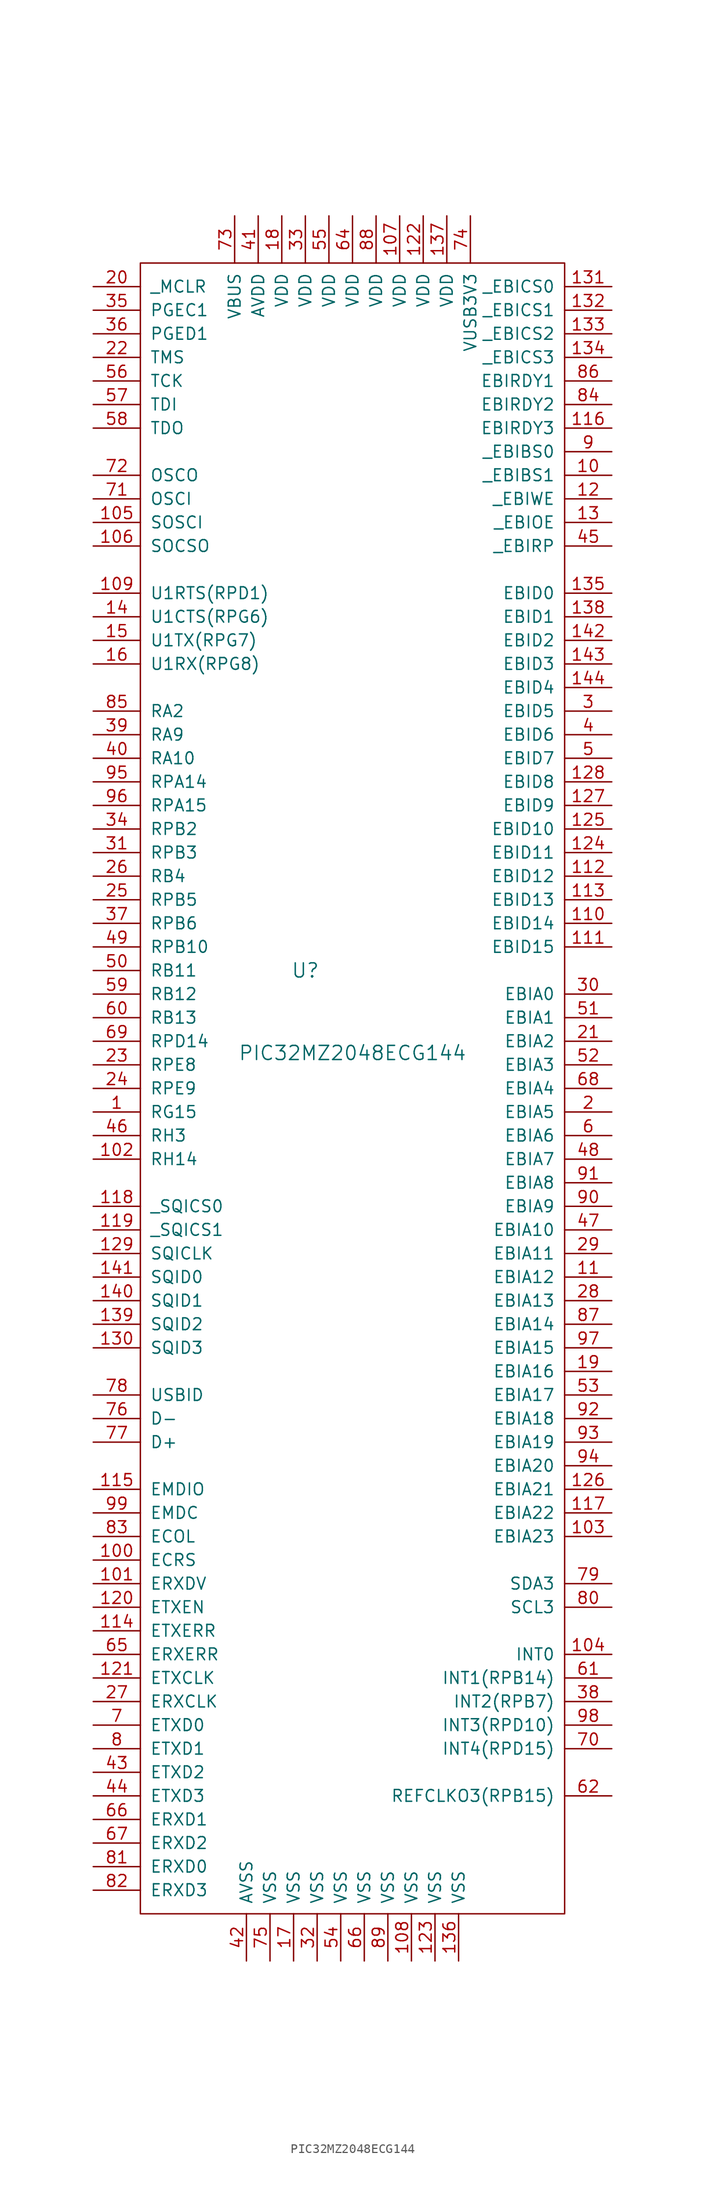
<source format=kicad_sym>
(kicad_symbol_lib
  (version 20211014)
  (generator kicad_symbol_editor)
  (symbol "PIC32MZ2048ECG144"
    (pin_names
      (offset 1.016))
    (property "Reference" "U"
      (at -5.08 5.08 0)
      (effects (font (size 1.524 1.524))))
    (property "Value" "PIC32MZ2048ECG144"
      (at 0 -3.81 0)
      (effects (font (size 1.524 1.524))))
    (property "Footprint" ""
      (at 26.67 -48.26 0)
      (effects (font (size 1.524 1.524))))
    (property "Datasheet" ""
      (at 26.67 -48.26 0)
      (effects (font (size 1.524 1.524))))
    (symbol "PIC32MZ2048ECG144_0_1"
      (rectangle (start -22.86 -96.52) (end 22.86 81.28) (stroke (width 0) (type default) (color 0 0 0 0)) (fill (type none))))
    (symbol "PIC32MZ2048ECG144_1_1"
      (pin tri_state line (at -27.94 -10.16 0) (length 5.08) (name "RG15" (effects (font (size 1.27 1.27)))) (number "1" (effects (font (size 1.27 1.27)))))
      (pin tri_state line (at 27.94 58.42 180) (length 5.08) (name "_EBIBS1" (effects (font (size 1.27 1.27)))) (number "10" (effects (font (size 1.27 1.27)))))
      (pin tri_state line (at -27.94 -58.42 0) (length 5.08) (name "ECRS" (effects (font (size 1.27 1.27)))) (number "100" (effects (font (size 1.27 1.27)))))
      (pin tri_state line (at -27.94 -60.96 0) (length 5.08) (name "ERXDV" (effects (font (size 1.27 1.27)))) (number "101" (effects (font (size 1.27 1.27)))))
      (pin tri_state line (at -27.94 -15.24 0) (length 5.08) (name "RH14" (effects (font (size 1.27 1.27)))) (number "102" (effects (font (size 1.27 1.27)))))
      (pin tri_state line (at 27.94 -55.88 180) (length 5.08) (name "EBIA23" (effects (font (size 1.27 1.27)))) (number "103" (effects (font (size 1.27 1.27)))))
      (pin tri_state line (at 27.94 -68.58 180) (length 5.08) (name "INT0" (effects (font (size 1.27 1.27)))) (number "104" (effects (font (size 1.27 1.27)))))
      (pin tri_state line (at -27.94 53.34 0) (length 5.08) (name "SOSCI" (effects (font (size 1.27 1.27)))) (number "105" (effects (font (size 1.27 1.27)))))
      (pin tri_state line (at -27.94 50.8 0) (length 5.08) (name "SOCSO" (effects (font (size 1.27 1.27)))) (number "106" (effects (font (size 1.27 1.27)))))
      (pin power_in line (at 5.08 86.36 270) (length 5.08) (name "VDD" (effects (font (size 1.27 1.27)))) (number "107" (effects (font (size 1.27 1.27)))))
      (pin power_in line (at 6.35 -101.6 90) (length 5.08) (name "VSS" (effects (font (size 1.27 1.27)))) (number "108" (effects (font (size 1.27 1.27)))))
      (pin tri_state line (at -27.94 45.72 0) (length 5.08) (name "U1RTS(RPD1)" (effects (font (size 1.27 1.27)))) (number "109" (effects (font (size 1.27 1.27)))))
      (pin tri_state line (at 27.94 -27.94 180) (length 5.08) (name "EBIA12" (effects (font (size 1.27 1.27)))) (number "11" (effects (font (size 1.27 1.27)))))
      (pin tri_state line (at 27.94 10.16 180) (length 5.08) (name "EBID14" (effects (font (size 1.27 1.27)))) (number "110" (effects (font (size 1.27 1.27)))))
      (pin tri_state line (at 27.94 7.62 180) (length 5.08) (name "EBID15" (effects (font (size 1.27 1.27)))) (number "111" (effects (font (size 1.27 1.27)))))
      (pin tri_state line (at 27.94 15.24 180) (length 5.08) (name "EBID12" (effects (font (size 1.27 1.27)))) (number "112" (effects (font (size 1.27 1.27)))))
      (pin tri_state line (at 27.94 12.7 180) (length 5.08) (name "EBID13" (effects (font (size 1.27 1.27)))) (number "113" (effects (font (size 1.27 1.27)))))
      (pin tri_state line (at -27.94 -66.04 0) (length 5.08) (name "ETXERR" (effects (font (size 1.27 1.27)))) (number "114" (effects (font (size 1.27 1.27)))))
      (pin tri_state line (at -27.94 -50.8 0) (length 5.08) (name "EMDIO" (effects (font (size 1.27 1.27)))) (number "115" (effects (font (size 1.27 1.27)))))
      (pin tri_state line (at 27.94 63.5 180) (length 5.08) (name "EBIRDY3" (effects (font (size 1.27 1.27)))) (number "116" (effects (font (size 1.27 1.27)))))
      (pin tri_state line (at 27.94 -53.34 180) (length 5.08) (name "EBIA22" (effects (font (size 1.27 1.27)))) (number "117" (effects (font (size 1.27 1.27)))))
      (pin tri_state line (at -27.94 -20.32 0) (length 5.08) (name "_SQICS0" (effects (font (size 1.27 1.27)))) (number "118" (effects (font (size 1.27 1.27)))))
      (pin tri_state line (at -27.94 -22.86 0) (length 5.08) (name "_SQICS1" (effects (font (size 1.27 1.27)))) (number "119" (effects (font (size 1.27 1.27)))))
      (pin tri_state line (at 27.94 55.88 180) (length 5.08) (name "_EBIWE" (effects (font (size 1.27 1.27)))) (number "12" (effects (font (size 1.27 1.27)))))
      (pin tri_state line (at -27.94 -63.5 0) (length 5.08) (name "ETXEN" (effects (font (size 1.27 1.27)))) (number "120" (effects (font (size 1.27 1.27)))))
      (pin tri_state line (at -27.94 -71.12 0) (length 5.08) (name "ETXCLK" (effects (font (size 1.27 1.27)))) (number "121" (effects (font (size 1.27 1.27)))))
      (pin power_in line (at 7.62 86.36 270) (length 5.08) (name "VDD" (effects (font (size 1.27 1.27)))) (number "122" (effects (font (size 1.27 1.27)))))
      (pin power_in line (at 8.89 -101.6 90) (length 5.08) (name "VSS" (effects (font (size 1.27 1.27)))) (number "123" (effects (font (size 1.27 1.27)))))
      (pin tri_state line (at 27.94 17.78 180) (length 5.08) (name "EBID11" (effects (font (size 1.27 1.27)))) (number "124" (effects (font (size 1.27 1.27)))))
      (pin tri_state line (at 27.94 20.32 180) (length 5.08) (name "EBID10" (effects (font (size 1.27 1.27)))) (number "125" (effects (font (size 1.27 1.27)))))
      (pin tri_state line (at 27.94 -50.8 180) (length 5.08) (name "EBIA21" (effects (font (size 1.27 1.27)))) (number "126" (effects (font (size 1.27 1.27)))))
      (pin tri_state line (at 27.94 22.86 180) (length 5.08) (name "EBID9" (effects (font (size 1.27 1.27)))) (number "127" (effects (font (size 1.27 1.27)))))
      (pin tri_state line (at 27.94 25.4 180) (length 5.08) (name "EBID8" (effects (font (size 1.27 1.27)))) (number "128" (effects (font (size 1.27 1.27)))))
      (pin tri_state line (at -27.94 -25.4 0) (length 5.08) (name "SQICLK" (effects (font (size 1.27 1.27)))) (number "129" (effects (font (size 1.27 1.27)))))
      (pin tri_state line (at 27.94 53.34 180) (length 5.08) (name "_EBIOE" (effects (font (size 1.27 1.27)))) (number "13" (effects (font (size 1.27 1.27)))))
      (pin tri_state line (at -27.94 -35.56 0) (length 5.08) (name "SQID3" (effects (font (size 1.27 1.27)))) (number "130" (effects (font (size 1.27 1.27)))))
      (pin tri_state line (at 27.94 78.74 180) (length 5.08) (name "_EBICS0" (effects (font (size 1.27 1.27)))) (number "131" (effects (font (size 1.27 1.27)))))
      (pin tri_state line (at 27.94 76.2 180) (length 5.08) (name "_EBICS1" (effects (font (size 1.27 1.27)))) (number "132" (effects (font (size 1.27 1.27)))))
      (pin tri_state line (at 27.94 73.66 180) (length 5.08) (name "_EBICS2" (effects (font (size 1.27 1.27)))) (number "133" (effects (font (size 1.27 1.27)))))
      (pin tri_state line (at 27.94 71.12 180) (length 5.08) (name "_EBICS3" (effects (font (size 1.27 1.27)))) (number "134" (effects (font (size 1.27 1.27)))))
      (pin tri_state line (at 27.94 45.72 180) (length 5.08) (name "EBID0" (effects (font (size 1.27 1.27)))) (number "135" (effects (font (size 1.27 1.27)))))
      (pin power_in line (at 11.43 -101.6 90) (length 5.08) (name "VSS" (effects (font (size 1.27 1.27)))) (number "136" (effects (font (size 1.27 1.27)))))
      (pin power_in line (at 10.16 86.36 270) (length 5.08) (name "VDD" (effects (font (size 1.27 1.27)))) (number "137" (effects (font (size 1.27 1.27)))))
      (pin tri_state line (at 27.94 43.18 180) (length 5.08) (name "EBID1" (effects (font (size 1.27 1.27)))) (number "138" (effects (font (size 1.27 1.27)))))
      (pin tri_state line (at -27.94 -33.02 0) (length 5.08) (name "SQID2" (effects (font (size 1.27 1.27)))) (number "139" (effects (font (size 1.27 1.27)))))
      (pin tri_state line (at -27.94 43.18 0) (length 5.08) (name "U1CTS(RPG6)" (effects (font (size 1.27 1.27)))) (number "14" (effects (font (size 1.27 1.27)))))
      (pin tri_state line (at -27.94 -30.48 0) (length 5.08) (name "SQID1" (effects (font (size 1.27 1.27)))) (number "140" (effects (font (size 1.27 1.27)))))
      (pin tri_state line (at -27.94 -27.94 0) (length 5.08) (name "SQID0" (effects (font (size 1.27 1.27)))) (number "141" (effects (font (size 1.27 1.27)))))
      (pin tri_state line (at 27.94 40.64 180) (length 5.08) (name "EBID2" (effects (font (size 1.27 1.27)))) (number "142" (effects (font (size 1.27 1.27)))))
      (pin tri_state line (at 27.94 38.1 180) (length 5.08) (name "EBID3" (effects (font (size 1.27 1.27)))) (number "143" (effects (font (size 1.27 1.27)))))
      (pin tri_state line (at 27.94 35.56 180) (length 5.08) (name "EBID4" (effects (font (size 1.27 1.27)))) (number "144" (effects (font (size 1.27 1.27)))))
      (pin tri_state line (at -27.94 40.64 0) (length 5.08) (name "U1TX(RPG7)" (effects (font (size 1.27 1.27)))) (number "15" (effects (font (size 1.27 1.27)))))
      (pin tri_state line (at -27.94 38.1 0) (length 5.08) (name "U1RX(RPG8)" (effects (font (size 1.27 1.27)))) (number "16" (effects (font (size 1.27 1.27)))))
      (pin power_in line (at -6.35 -101.6 90) (length 5.08) (name "VSS" (effects (font (size 1.27 1.27)))) (number "17" (effects (font (size 1.27 1.27)))))
      (pin power_in line (at -7.62 86.36 270) (length 5.08) (name "VDD" (effects (font (size 1.27 1.27)))) (number "18" (effects (font (size 1.27 1.27)))))
      (pin tri_state line (at 27.94 -38.1 180) (length 5.08) (name "EBIA16" (effects (font (size 1.27 1.27)))) (number "19" (effects (font (size 1.27 1.27)))))
      (pin tri_state line (at 27.94 -10.16 180) (length 5.08) (name "EBIA5" (effects (font (size 1.27 1.27)))) (number "2" (effects (font (size 1.27 1.27)))))
      (pin tri_state line (at -27.94 78.74 0) (length 5.08) (name "_MCLR" (effects (font (size 1.27 1.27)))) (number "20" (effects (font (size 1.27 1.27)))))
      (pin tri_state line (at 27.94 -2.54 180) (length 5.08) (name "EBIA2" (effects (font (size 1.27 1.27)))) (number "21" (effects (font (size 1.27 1.27)))))
      (pin tri_state line (at -27.94 71.12 0) (length 5.08) (name "TMS" (effects (font (size 1.27 1.27)))) (number "22" (effects (font (size 1.27 1.27)))))
      (pin tri_state line (at -27.94 -5.08 0) (length 5.08) (name "RPE8" (effects (font (size 1.27 1.27)))) (number "23" (effects (font (size 1.27 1.27)))))
      (pin tri_state line (at -27.94 -7.62 0) (length 5.08) (name "RPE9" (effects (font (size 1.27 1.27)))) (number "24" (effects (font (size 1.27 1.27)))))
      (pin tri_state line (at -27.94 12.7 0) (length 5.08) (name "RPB5" (effects (font (size 1.27 1.27)))) (number "25" (effects (font (size 1.27 1.27)))))
      (pin tri_state line (at -27.94 15.24 0) (length 5.08) (name "RB4" (effects (font (size 1.27 1.27)))) (number "26" (effects (font (size 1.27 1.27)))))
      (pin tri_state line (at -27.94 -73.66 0) (length 5.08) (name "ERXCLK" (effects (font (size 1.27 1.27)))) (number "27" (effects (font (size 1.27 1.27)))))
      (pin tri_state line (at 27.94 -30.48 180) (length 5.08) (name "EBIA13" (effects (font (size 1.27 1.27)))) (number "28" (effects (font (size 1.27 1.27)))))
      (pin tri_state line (at 27.94 -25.4 180) (length 5.08) (name "EBIA11" (effects (font (size 1.27 1.27)))) (number "29" (effects (font (size 1.27 1.27)))))
      (pin tri_state line (at 27.94 33.02 180) (length 5.08) (name "EBID5" (effects (font (size 1.27 1.27)))) (number "3" (effects (font (size 1.27 1.27)))))
      (pin tri_state line (at 27.94 2.54 180) (length 5.08) (name "EBIA0" (effects (font (size 1.27 1.27)))) (number "30" (effects (font (size 1.27 1.27)))))
      (pin tri_state line (at -27.94 17.78 0) (length 5.08) (name "RPB3" (effects (font (size 1.27 1.27)))) (number "31" (effects (font (size 1.27 1.27)))))
      (pin power_in line (at -3.81 -101.6 90) (length 5.08) (name "VSS" (effects (font (size 1.27 1.27)))) (number "32" (effects (font (size 1.27 1.27)))))
      (pin power_in line (at -5.08 86.36 270) (length 5.08) (name "VDD" (effects (font (size 1.27 1.27)))) (number "33" (effects (font (size 1.27 1.27)))))
      (pin tri_state line (at -27.94 20.32 0) (length 5.08) (name "RPB2" (effects (font (size 1.27 1.27)))) (number "34" (effects (font (size 1.27 1.27)))))
      (pin tri_state line (at -27.94 76.2 0) (length 5.08) (name "PGEC1" (effects (font (size 1.27 1.27)))) (number "35" (effects (font (size 1.27 1.27)))))
      (pin tri_state line (at -27.94 73.66 0) (length 5.08) (name "PGED1" (effects (font (size 1.27 1.27)))) (number "36" (effects (font (size 1.27 1.27)))))
      (pin tri_state line (at -27.94 10.16 0) (length 5.08) (name "RPB6" (effects (font (size 1.27 1.27)))) (number "37" (effects (font (size 1.27 1.27)))))
      (pin tri_state line (at 27.94 -73.66 180) (length 5.08) (name "INT2(RPB7)" (effects (font (size 1.27 1.27)))) (number "38" (effects (font (size 1.27 1.27)))))
      (pin tri_state line (at -27.94 30.48 0) (length 5.08) (name "RA9" (effects (font (size 1.27 1.27)))) (number "39" (effects (font (size 1.27 1.27)))))
      (pin tri_state line (at 27.94 30.48 180) (length 5.08) (name "EBID6" (effects (font (size 1.27 1.27)))) (number "4" (effects (font (size 1.27 1.27)))))
      (pin tri_state line (at -27.94 27.94 0) (length 5.08) (name "RA10" (effects (font (size 1.27 1.27)))) (number "40" (effects (font (size 1.27 1.27)))))
      (pin power_in line (at -10.16 86.36 270) (length 5.08) (name "AVDD" (effects (font (size 1.27 1.27)))) (number "41" (effects (font (size 1.27 1.27)))))
      (pin power_in line (at -11.43 -101.6 90) (length 5.08) (name "AVSS" (effects (font (size 1.27 1.27)))) (number "42" (effects (font (size 1.27 1.27)))))
      (pin tri_state line (at -27.94 -81.28 0) (length 5.08) (name "ETXD2" (effects (font (size 1.27 1.27)))) (number "43" (effects (font (size 1.27 1.27)))))
      (pin tri_state line (at -27.94 -83.82 0) (length 5.08) (name "ETXD3" (effects (font (size 1.27 1.27)))) (number "44" (effects (font (size 1.27 1.27)))))
      (pin tri_state line (at 27.94 50.8 180) (length 5.08) (name "_EBIRP" (effects (font (size 1.27 1.27)))) (number "45" (effects (font (size 1.27 1.27)))))
      (pin tri_state line (at -27.94 -12.7 0) (length 5.08) (name "RH3" (effects (font (size 1.27 1.27)))) (number "46" (effects (font (size 1.27 1.27)))))
      (pin tri_state line (at 27.94 -22.86 180) (length 5.08) (name "EBIA10" (effects (font (size 1.27 1.27)))) (number "47" (effects (font (size 1.27 1.27)))))
      (pin tri_state line (at 27.94 -15.24 180) (length 5.08) (name "EBIA7" (effects (font (size 1.27 1.27)))) (number "48" (effects (font (size 1.27 1.27)))))
      (pin tri_state line (at -27.94 7.62 0) (length 5.08) (name "RPB10" (effects (font (size 1.27 1.27)))) (number "49" (effects (font (size 1.27 1.27)))))
      (pin tri_state line (at 27.94 27.94 180) (length 5.08) (name "EBID7" (effects (font (size 1.27 1.27)))) (number "5" (effects (font (size 1.27 1.27)))))
      (pin tri_state line (at -27.94 5.08 0) (length 5.08) (name "RB11" (effects (font (size 1.27 1.27)))) (number "50" (effects (font (size 1.27 1.27)))))
      (pin tri_state line (at 27.94 0 180) (length 5.08) (name "EBIA1" (effects (font (size 1.27 1.27)))) (number "51" (effects (font (size 1.27 1.27)))))
      (pin tri_state line (at 27.94 -5.08 180) (length 5.08) (name "EBIA3" (effects (font (size 1.27 1.27)))) (number "52" (effects (font (size 1.27 1.27)))))
      (pin tri_state line (at 27.94 -40.64 180) (length 5.08) (name "EBIA17" (effects (font (size 1.27 1.27)))) (number "53" (effects (font (size 1.27 1.27)))))
      (pin power_in line (at -1.27 -101.6 90) (length 5.08) (name "VSS" (effects (font (size 1.27 1.27)))) (number "54" (effects (font (size 1.27 1.27)))))
      (pin power_in line (at -2.54 86.36 270) (length 5.08) (name "VDD" (effects (font (size 1.27 1.27)))) (number "55" (effects (font (size 1.27 1.27)))))
      (pin tri_state line (at -27.94 68.58 0) (length 5.08) (name "TCK" (effects (font (size 1.27 1.27)))) (number "56" (effects (font (size 1.27 1.27)))))
      (pin tri_state line (at -27.94 66.04 0) (length 5.08) (name "TDI" (effects (font (size 1.27 1.27)))) (number "57" (effects (font (size 1.27 1.27)))))
      (pin tri_state line (at -27.94 63.5 0) (length 5.08) (name "TDO" (effects (font (size 1.27 1.27)))) (number "58" (effects (font (size 1.27 1.27)))))
      (pin tri_state line (at -27.94 2.54 0) (length 5.08) (name "RB12" (effects (font (size 1.27 1.27)))) (number "59" (effects (font (size 1.27 1.27)))))
      (pin tri_state line (at 27.94 -12.7 180) (length 5.08) (name "EBIA6" (effects (font (size 1.27 1.27)))) (number "6" (effects (font (size 1.27 1.27)))))
      (pin tri_state line (at -27.94 0 0) (length 5.08) (name "RB13" (effects (font (size 1.27 1.27)))) (number "60" (effects (font (size 1.27 1.27)))))
      (pin tri_state line (at 27.94 -71.12 180) (length 5.08) (name "INT1(RPB14)" (effects (font (size 1.27 1.27)))) (number "61" (effects (font (size 1.27 1.27)))))
      (pin tri_state line (at 27.94 -83.82 180) (length 5.08) (name "REFCLKO3(RPB15)" (effects (font (size 1.27 1.27)))) (number "62" (effects (font (size 1.27 1.27)))))
      (pin power_in line (at 0 86.36 270) (length 5.08) (name "VDD" (effects (font (size 1.27 1.27)))) (number "64" (effects (font (size 1.27 1.27)))))
      (pin tri_state line (at -27.94 -68.58 0) (length 5.08) (name "ERXERR" (effects (font (size 1.27 1.27)))) (number "65" (effects (font (size 1.27 1.27)))))
      (pin tri_state line (at -27.94 -86.36 0) (length 5.08) (name "ERXD1" (effects (font (size 1.27 1.27)))) (number "66" (effects (font (size 1.27 1.27)))))
      (pin power_in line (at 1.27 -101.6 90) (length 5.08) (name "VSS" (effects (font (size 1.27 1.27)))) (number "66" (effects (font (size 1.27 1.27)))))
      (pin tri_state line (at -27.94 -88.9 0) (length 5.08) (name "ERXD2" (effects (font (size 1.27 1.27)))) (number "67" (effects (font (size 1.27 1.27)))))
      (pin tri_state line (at 27.94 -7.62 180) (length 5.08) (name "EBIA4" (effects (font (size 1.27 1.27)))) (number "68" (effects (font (size 1.27 1.27)))))
      (pin tri_state line (at -27.94 -2.54 0) (length 5.08) (name "RPD14" (effects (font (size 1.27 1.27)))) (number "69" (effects (font (size 1.27 1.27)))))
      (pin tri_state line (at -27.94 -76.2 0) (length 5.08) (name "ETXD0" (effects (font (size 1.27 1.27)))) (number "7" (effects (font (size 1.27 1.27)))))
      (pin tri_state line (at 27.94 -78.74 180) (length 5.08) (name "INT4(RPD15)" (effects (font (size 1.27 1.27)))) (number "70" (effects (font (size 1.27 1.27)))))
      (pin tri_state line (at -27.94 55.88 0) (length 5.08) (name "OSCI" (effects (font (size 1.27 1.27)))) (number "71" (effects (font (size 1.27 1.27)))))
      (pin tri_state line (at -27.94 58.42 0) (length 5.08) (name "OSCO" (effects (font (size 1.27 1.27)))) (number "72" (effects (font (size 1.27 1.27)))))
      (pin power_in line (at -12.7 86.36 270) (length 5.08) (name "VBUS" (effects (font (size 1.27 1.27)))) (number "73" (effects (font (size 1.27 1.27)))))
      (pin power_in line (at 12.7 86.36 270) (length 5.08) (name "VUSB3V3" (effects (font (size 1.27 1.27)))) (number "74" (effects (font (size 1.27 1.27)))))
      (pin power_in line (at -8.89 -101.6 90) (length 5.08) (name "VSS" (effects (font (size 1.27 1.27)))) (number "75" (effects (font (size 1.27 1.27)))))
      (pin tri_state line (at -27.94 -43.18 0) (length 5.08) (name "D-" (effects (font (size 1.27 1.27)))) (number "76" (effects (font (size 1.27 1.27)))))
      (pin tri_state line (at -27.94 -45.72 0) (length 5.08) (name "D+" (effects (font (size 1.27 1.27)))) (number "77" (effects (font (size 1.27 1.27)))))
      (pin tri_state line (at -27.94 -40.64 0) (length 5.08) (name "USBID" (effects (font (size 1.27 1.27)))) (number "78" (effects (font (size 1.27 1.27)))))
      (pin tri_state line (at 27.94 -60.96 180) (length 5.08) (name "SDA3" (effects (font (size 1.27 1.27)))) (number "79" (effects (font (size 1.27 1.27)))))
      (pin tri_state line (at -27.94 -78.74 0) (length 5.08) (name "ETXD1" (effects (font (size 1.27 1.27)))) (number "8" (effects (font (size 1.27 1.27)))))
      (pin tri_state line (at 27.94 -63.5 180) (length 5.08) (name "SCL3" (effects (font (size 1.27 1.27)))) (number "80" (effects (font (size 1.27 1.27)))))
      (pin tri_state line (at -27.94 -91.44 0) (length 5.08) (name "ERXD0" (effects (font (size 1.27 1.27)))) (number "81" (effects (font (size 1.27 1.27)))))
      (pin tri_state line (at -27.94 -93.98 0) (length 5.08) (name "ERXD3" (effects (font (size 1.27 1.27)))) (number "82" (effects (font (size 1.27 1.27)))))
      (pin tri_state line (at -27.94 -55.88 0) (length 5.08) (name "ECOL" (effects (font (size 1.27 1.27)))) (number "83" (effects (font (size 1.27 1.27)))))
      (pin tri_state line (at 27.94 66.04 180) (length 5.08) (name "EBIRDY2" (effects (font (size 1.27 1.27)))) (number "84" (effects (font (size 1.27 1.27)))))
      (pin tri_state line (at -27.94 33.02 0) (length 5.08) (name "RA2" (effects (font (size 1.27 1.27)))) (number "85" (effects (font (size 1.27 1.27)))))
      (pin tri_state line (at 27.94 68.58 180) (length 5.08) (name "EBIRDY1" (effects (font (size 1.27 1.27)))) (number "86" (effects (font (size 1.27 1.27)))))
      (pin tri_state line (at 27.94 -33.02 180) (length 5.08) (name "EBIA14" (effects (font (size 1.27 1.27)))) (number "87" (effects (font (size 1.27 1.27)))))
      (pin power_in line (at 2.54 86.36 270) (length 5.08) (name "VDD" (effects (font (size 1.27 1.27)))) (number "88" (effects (font (size 1.27 1.27)))))
      (pin power_in line (at 3.81 -101.6 90) (length 5.08) (name "VSS" (effects (font (size 1.27 1.27)))) (number "89" (effects (font (size 1.27 1.27)))))
      (pin tri_state line (at 27.94 60.96 180) (length 5.08) (name "_EBIBS0" (effects (font (size 1.27 1.27)))) (number "9" (effects (font (size 1.27 1.27)))))
      (pin tri_state line (at 27.94 -20.32 180) (length 5.08) (name "EBIA9" (effects (font (size 1.27 1.27)))) (number "90" (effects (font (size 1.27 1.27)))))
      (pin tri_state line (at 27.94 -17.78 180) (length 5.08) (name "EBIA8" (effects (font (size 1.27 1.27)))) (number "91" (effects (font (size 1.27 1.27)))))
      (pin tri_state line (at 27.94 -43.18 180) (length 5.08) (name "EBIA18" (effects (font (size 1.27 1.27)))) (number "92" (effects (font (size 1.27 1.27)))))
      (pin tri_state line (at 27.94 -45.72 180) (length 5.08) (name "EBIA19" (effects (font (size 1.27 1.27)))) (number "93" (effects (font (size 1.27 1.27)))))
      (pin tri_state line (at 27.94 -48.26 180) (length 5.08) (name "EBIA20" (effects (font (size 1.27 1.27)))) (number "94" (effects (font (size 1.27 1.27)))))
      (pin tri_state line (at -27.94 25.4 0) (length 5.08) (name "RPA14" (effects (font (size 1.27 1.27)))) (number "95" (effects (font (size 1.27 1.27)))))
      (pin tri_state line (at -27.94 22.86 0) (length 5.08) (name "RPA15" (effects (font (size 1.27 1.27)))) (number "96" (effects (font (size 1.27 1.27)))))
      (pin tri_state line (at 27.94 -35.56 180) (length 5.08) (name "EBIA15" (effects (font (size 1.27 1.27)))) (number "97" (effects (font (size 1.27 1.27)))))
      (pin tri_state line (at 27.94 -76.2 180) (length 5.08) (name "INT3(RPD10)" (effects (font (size 1.27 1.27)))) (number "98" (effects (font (size 1.27 1.27)))))
      (pin tri_state line (at -27.94 -53.34 0) (length 5.08) (name "EMDC" (effects (font (size 1.27 1.27)))) (number "99" (effects (font (size 1.27 1.27))))))))
</source>
